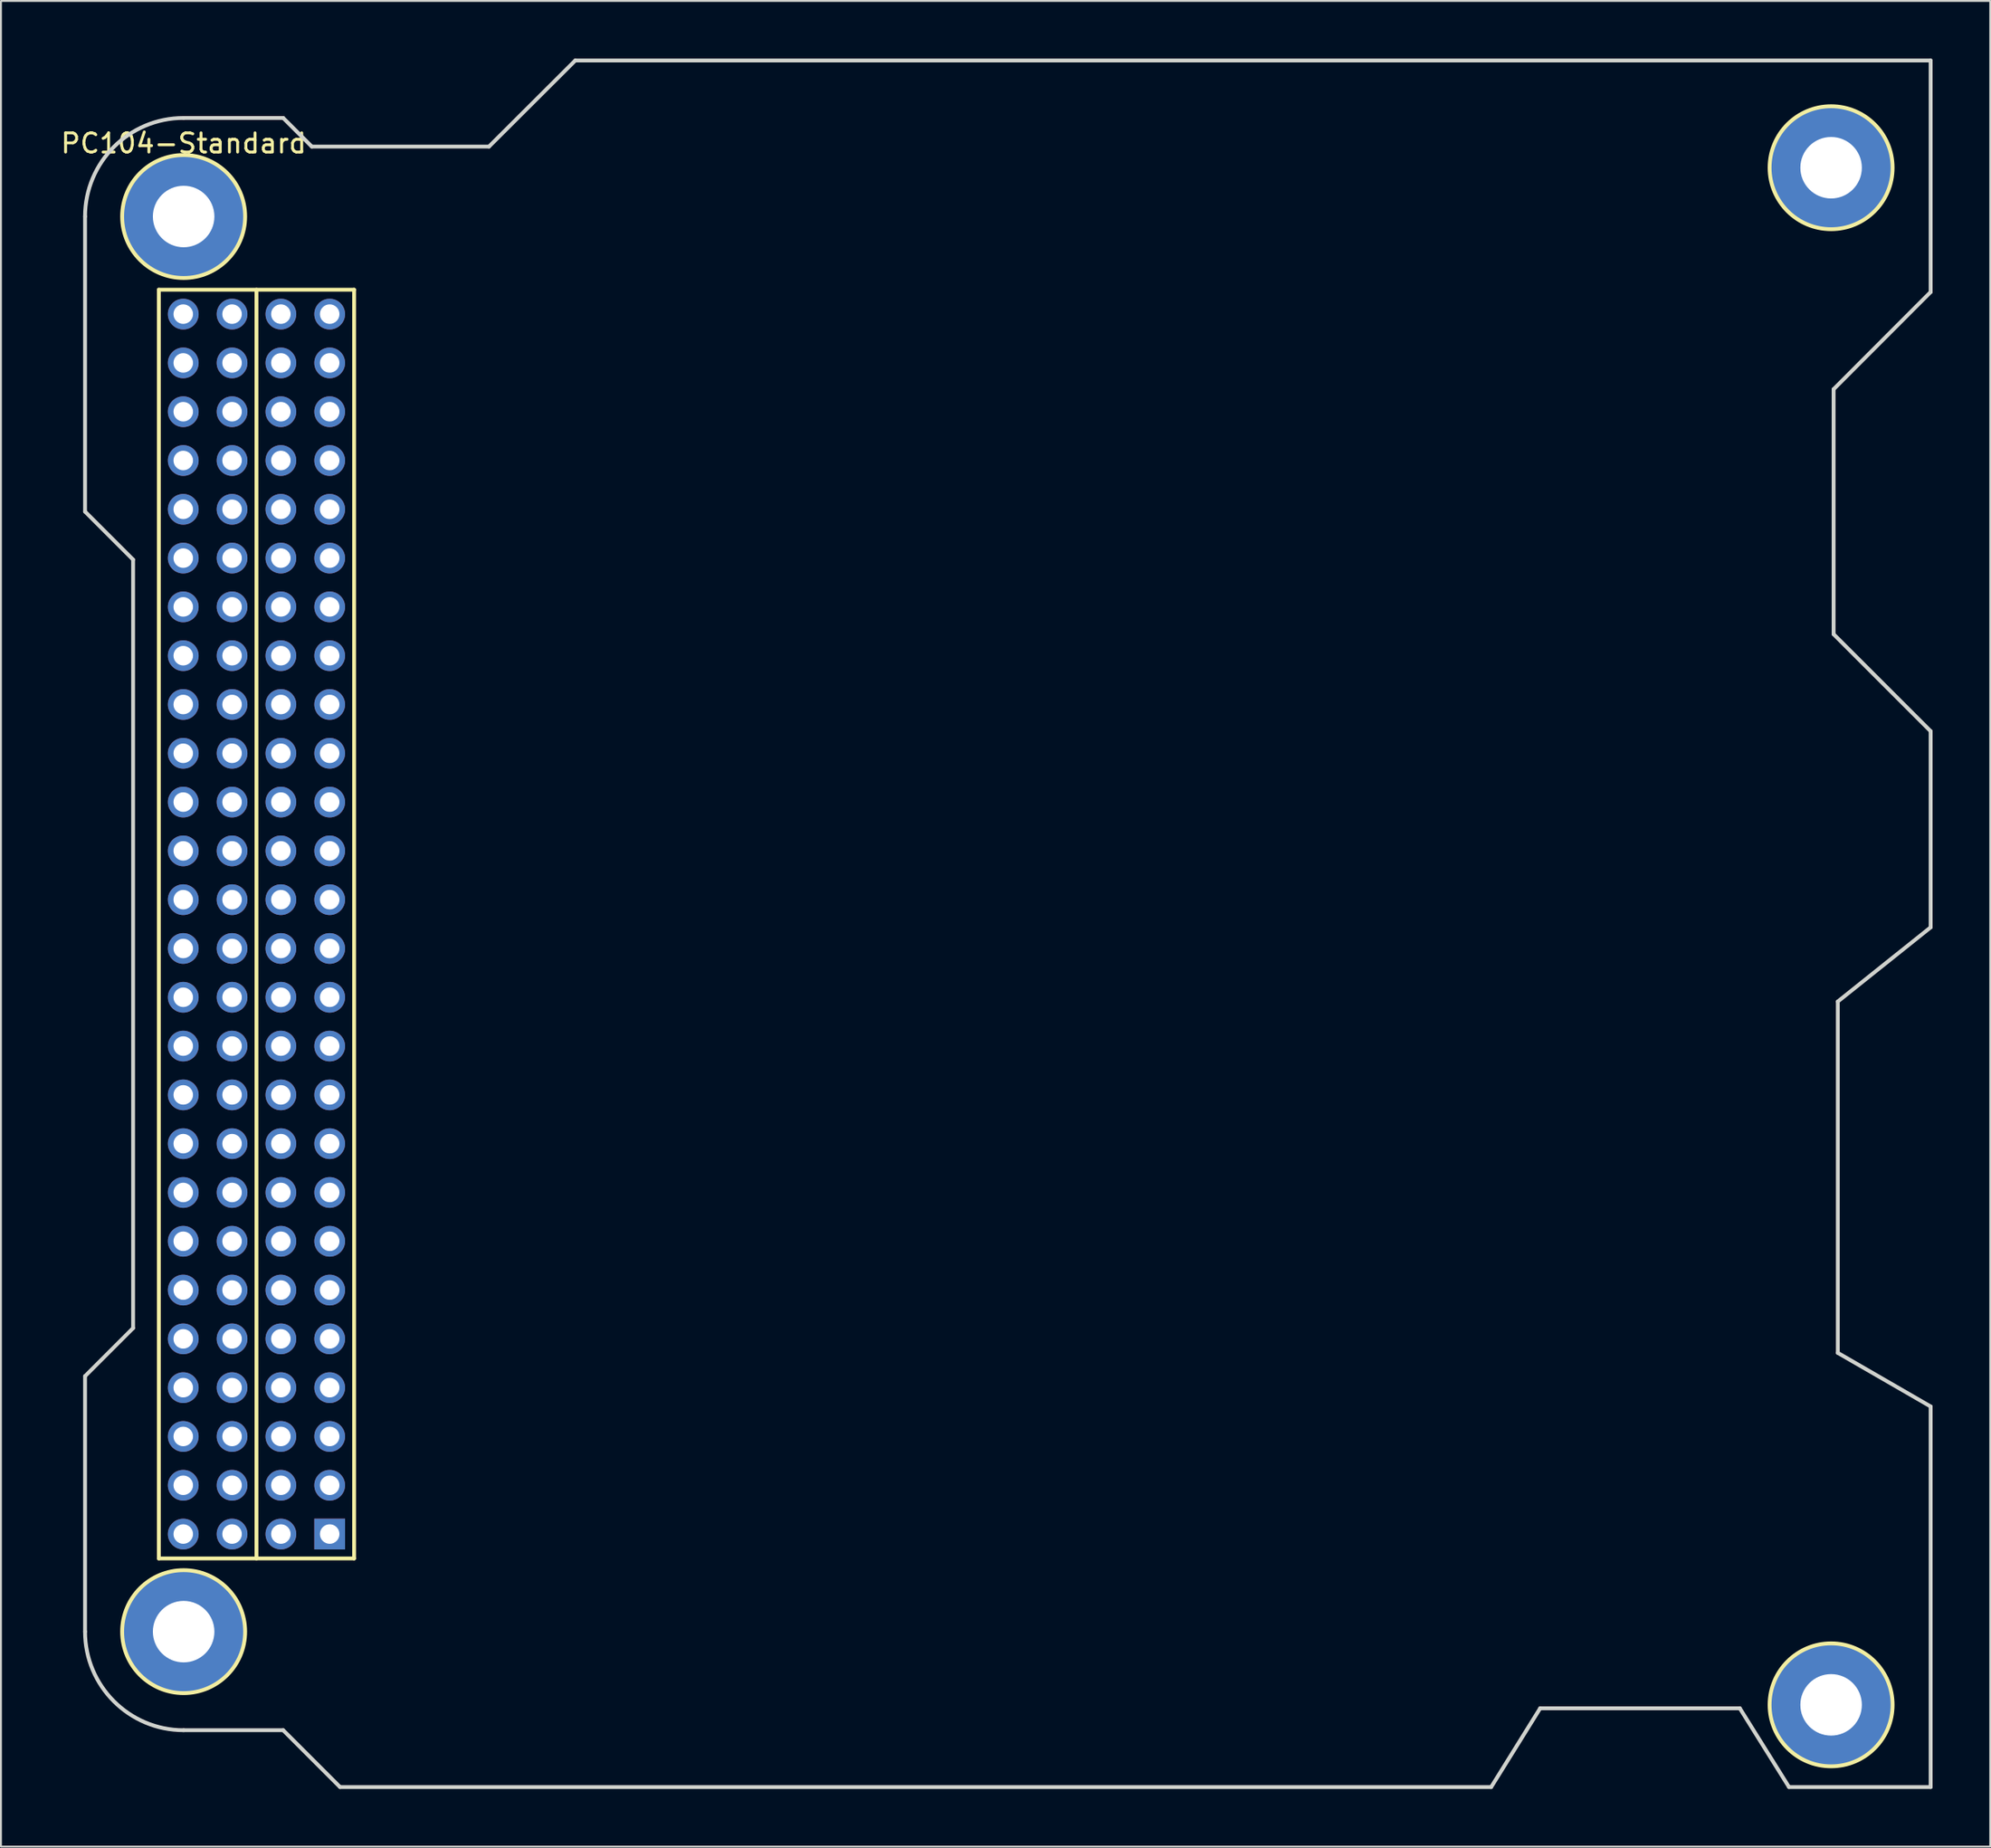
<source format=kicad_pcb>
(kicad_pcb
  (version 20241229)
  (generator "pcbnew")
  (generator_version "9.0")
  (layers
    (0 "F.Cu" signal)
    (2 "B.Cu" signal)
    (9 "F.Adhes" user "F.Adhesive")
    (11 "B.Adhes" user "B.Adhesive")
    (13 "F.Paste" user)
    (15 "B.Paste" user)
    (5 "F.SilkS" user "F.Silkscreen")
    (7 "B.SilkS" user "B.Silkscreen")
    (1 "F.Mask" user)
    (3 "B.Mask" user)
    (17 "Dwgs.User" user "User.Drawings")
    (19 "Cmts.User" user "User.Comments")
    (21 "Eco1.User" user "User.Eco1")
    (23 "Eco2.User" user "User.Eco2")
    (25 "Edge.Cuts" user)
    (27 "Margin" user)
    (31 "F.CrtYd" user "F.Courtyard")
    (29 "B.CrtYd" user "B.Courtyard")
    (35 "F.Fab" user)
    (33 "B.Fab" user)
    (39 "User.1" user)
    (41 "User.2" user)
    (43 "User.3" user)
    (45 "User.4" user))
  (footprint "PC104-Standard"
    (layer "F.Cu")
    (at 6.506 81.88)
    (property "Reference" "PC104-Standard" (at 0 -77.47 0) (layer "F.SilkS") (effects (font (size 1 1) (thickness 0.15))))
    (attr through_hole)
    (fp_line (start -1.29 -69.85) (end 8.87 -69.85) (stroke (width 0.2) (type solid)) (layer "F.SilkS"))
    (fp_line (start -1.29 -3.81) (end -1.29 -69.85) (stroke (width 0.2) (type solid)) (layer "F.SilkS"))
    (fp_line (start 3.79 -69.85) (end 3.79 -3.81) (stroke (width 0.2) (type solid)) (layer "F.SilkS"))
    (fp_line (start 8.87 -69.85) (end 8.87 -3.81) (stroke (width 0.2) (type solid)) (layer "F.SilkS"))
    (fp_line (start 8.87 -3.81) (end -1.29 -3.81) (stroke (width 0.2) (type solid)) (layer "F.SilkS"))
    (fp_circle (center 0 -73.66) (end 3.2 -73.66) (stroke (width 0.2) (type solid)) (fill no) (layer "F.SilkS"))
    (fp_circle (center 0 0) (end 3.2 0) (stroke (width 0.2) (type solid)) (fill no) (layer "F.SilkS"))
    (fp_circle (center 85.73 -76.2) (end 88.93 -76.2) (stroke (width 0.2) (type solid)) (fill no) (layer "F.SilkS"))
    (fp_circle (center 85.73 3.81) (end 88.93 3.81) (stroke (width 0.2) (type solid)) (fill no) (layer "F.SilkS"))
    (fp_line (start -5.13 -58.3) (end -5.13 -73.66) (stroke (width 0.2) (type solid)) (layer "Edge.Cuts"))
    (fp_line (start -5.13 -13.3) (end -5.13 0) (stroke (width 0.2) (type solid)) (layer "Edge.Cuts"))
    (fp_line (start -5.13 -13.3) (end -2.63 -15.8) (stroke (width 0.2) (type solid)) (layer "Edge.Cuts"))
    (fp_line (start -2.63 -55.8) (end -5.13 -58.3) (stroke (width 0.2) (type solid)) (layer "Edge.Cuts"))
    (fp_line (start -2.63 -15.8) (end -2.63 -55.8) (stroke (width 0.2) (type solid)) (layer "Edge.Cuts"))
    (fp_line (start 5.18 -78.79) (end 0 -78.79) (stroke (width 0.2) (type solid)) (layer "Edge.Cuts"))
    (fp_line (start 5.18 -78.79) (end 6.67 -77.3) (stroke (width 0.2) (type solid)) (layer "Edge.Cuts"))
    (fp_line (start 5.18 5.13) (end 0 5.13) (stroke (width 0.2) (type solid)) (layer "Edge.Cuts"))
    (fp_line (start 6.67 -77.3) (end 15.89 -77.3) (stroke (width 0.2) (type solid)) (layer "Edge.Cuts"))
    (fp_line (start 8.14 8.09) (end 5.18 5.13) (stroke (width 0.2) (type solid)) (layer "Edge.Cuts"))
    (fp_line (start 15.89 -77.3) (end 20.38 -81.78) (stroke (width 0.2) (type solid)) (layer "Edge.Cuts"))
    (fp_line (start 20.38 -81.78) (end 90.91 -81.78) (stroke (width 0.2) (type solid)) (layer "Edge.Cuts"))
    (fp_line (start 68.04 8.09) (end 8.14 8.09) (stroke (width 0.2) (type solid)) (layer "Edge.Cuts"))
    (fp_line (start 70.59 3.99) (end 68.04 8.09) (stroke (width 0.2) (type solid)) (layer "Edge.Cuts"))
    (fp_line (start 80.98 3.99) (end 70.59 3.99) (stroke (width 0.2) (type solid)) (layer "Edge.Cuts"))
    (fp_line (start 83.54 8.09) (end 80.98 3.99) (stroke (width 0.2) (type solid)) (layer "Edge.Cuts"))
    (fp_line (start 85.86 -64.67) (end 85.86 -51.92) (stroke (width 0.2) (type solid)) (layer "Edge.Cuts"))
    (fp_line (start 85.86 -51.92) (end 90.91 -46.87) (stroke (width 0.2) (type solid)) (layer "Edge.Cuts"))
    (fp_line (start 86.08 -32.8) (end 86.08 -14.51) (stroke (width 0.2) (type solid)) (layer "Edge.Cuts"))
    (fp_line (start 86.08 -14.51) (end 90.91 -11.72) (stroke (width 0.2) (type solid)) (layer "Edge.Cuts"))
    (fp_line (start 90.91 -81.78) (end 90.91 -69.73) (stroke (width 0.2) (type solid)) (layer "Edge.Cuts"))
    (fp_line (start 90.91 -69.73) (end 85.86 -64.67) (stroke (width 0.2) (type solid)) (layer "Edge.Cuts"))
    (fp_line (start 90.91 -46.87) (end 90.91 -36.66) (stroke (width 0.2) (type solid)) (layer "Edge.Cuts"))
    (fp_line (start 90.91 -36.66) (end 86.08 -32.8) (stroke (width 0.2) (type solid)) (layer "Edge.Cuts"))
    (fp_line (start 90.91 -11.72) (end 90.91 8.09) (stroke (width 0.2) (type solid)) (layer "Edge.Cuts"))
    (fp_line (start 90.91 8.09) (end 83.54 8.09) (stroke (width 0.2) (type solid)) (layer "Edge.Cuts"))
    (fp_arc (start -5.13 -73.66) (mid -3.627458 -77.287458) (end 0 -78.79) (stroke (width 0.2) (type solid)) (layer "Edge.Cuts"))
    (fp_arc (start 0 5.13) (mid -3.627458 3.627458) (end -5.13 0) (stroke (width 0.2) (type solid)) (layer "Edge.Cuts"))
    (pad "" thru_hole circle (at 0 -73.66) (size 6.35 6.35) (drill 3.2) (layers "*.Cu" "*.Mask"))
    (pad "" thru_hole circle (at 0 0) (size 6.35 6.35) (drill 3.2) (layers "*.Cu" "*.Mask"))
    (pad "" thru_hole circle (at 85.73 -76.2) (size 6.35 6.35) (drill 3.2) (layers "*.Cu" "*.Mask"))
    (pad "" thru_hole circle (at 85.73 3.81) (size 6.35 6.35) (drill 3.2) (layers "*.Cu" "*.Mask"))
    (pad "1" thru_hole rect (at 7.6 -5.08) (size 1.6 1.6) (drill 1.016) (layers "*.Cu" "*.Mask"))
    (pad "2" thru_hole circle (at 5.06 -5.08) (size 1.6 1.6) (drill 1.016) (layers "*.Cu" "*.Mask"))
    (pad "3" thru_hole circle (at 7.6 -7.62) (size 1.6 1.6) (drill 1.016) (layers "*.Cu" "*.Mask"))
    (pad "4" thru_hole circle (at 5.06 -7.62) (size 1.6 1.6) (drill 1.016) (layers "*.Cu" "*.Mask"))
    (pad "5" thru_hole circle (at 7.6 -10.16) (size 1.6 1.6) (drill 1.016) (layers "*.Cu" "*.Mask"))
    (pad "6" thru_hole circle (at 5.06 -10.16) (size 1.6 1.6) (drill 1.016) (layers "*.Cu" "*.Mask"))
    (pad "7" thru_hole circle (at 7.6 -12.7) (size 1.6 1.6) (drill 1.016) (layers "*.Cu" "*.Mask"))
    (pad "8" thru_hole circle (at 5.06 -12.7) (size 1.6 1.6) (drill 1.016) (layers "*.Cu" "*.Mask"))
    (pad "9" thru_hole circle (at 7.6 -15.24) (size 1.6 1.6) (drill 1.016) (layers "*.Cu" "*.Mask"))
    (pad "10" thru_hole circle (at 5.06 -15.24) (size 1.6 1.6) (drill 1.016) (layers "*.Cu" "*.Mask"))
    (pad "11" thru_hole circle (at 7.6 -17.78) (size 1.6 1.6) (drill 1.016) (layers "*.Cu" "*.Mask"))
    (pad "12" thru_hole circle (at 5.06 -17.78) (size 1.6 1.6) (drill 1.016) (layers "*.Cu" "*.Mask"))
    (pad "13" thru_hole circle (at 7.6 -20.32) (size 1.6 1.6) (drill 1.016) (layers "*.Cu" "*.Mask"))
    (pad "14" thru_hole circle (at 5.06 -20.32) (size 1.6 1.6) (drill 1.016) (layers "*.Cu" "*.Mask"))
    (pad "15" thru_hole circle (at 7.6 -22.86) (size 1.6 1.6) (drill 1.016) (layers "*.Cu" "*.Mask"))
    (pad "16" thru_hole circle (at 5.06 -22.86) (size 1.6 1.6) (drill 1.016) (layers "*.Cu" "*.Mask"))
    (pad "17" thru_hole circle (at 7.6 -25.4) (size 1.6 1.6) (drill 1.016) (layers "*.Cu" "*.Mask"))
    (pad "18" thru_hole circle (at 5.06 -25.4) (size 1.6 1.6) (drill 1.016) (layers "*.Cu" "*.Mask"))
    (pad "19" thru_hole circle (at 7.6 -27.94) (size 1.6 1.6) (drill 1.016) (layers "*.Cu" "*.Mask"))
    (pad "20" thru_hole circle (at 5.06 -27.94) (size 1.6 1.6) (drill 1.016) (layers "*.Cu" "*.Mask"))
    (pad "21" thru_hole circle (at 7.6 -30.48) (size 1.6 1.6) (drill 1.016) (layers "*.Cu" "*.Mask"))
    (pad "22" thru_hole circle (at 5.06 -30.48) (size 1.6 1.6) (drill 1.016) (layers "*.Cu" "*.Mask"))
    (pad "23" thru_hole circle (at 7.6 -33.02) (size 1.6 1.6) (drill 1.016) (layers "*.Cu" "*.Mask"))
    (pad "24" thru_hole circle (at 5.06 -33.02) (size 1.6 1.6) (drill 1.016) (layers "*.Cu" "*.Mask"))
    (pad "25" thru_hole circle (at 7.6 -35.56) (size 1.6 1.6) (drill 1.016) (layers "*.Cu" "*.Mask"))
    (pad "26" thru_hole circle (at 5.06 -35.56) (size 1.6 1.6) (drill 1.016) (layers "*.Cu" "*.Mask"))
    (pad "27" thru_hole circle (at 7.6 -38.1) (size 1.6 1.6) (drill 1.016) (layers "*.Cu" "*.Mask"))
    (pad "28" thru_hole circle (at 5.06 -38.1) (size 1.6 1.6) (drill 1.016) (layers "*.Cu" "*.Mask"))
    (pad "29" thru_hole circle (at 7.6 -40.64) (size 1.6 1.6) (drill 1.016) (layers "*.Cu" "*.Mask"))
    (pad "30" thru_hole circle (at 5.06 -40.64) (size 1.6 1.6) (drill 1.016) (layers "*.Cu" "*.Mask"))
    (pad "31" thru_hole circle (at 7.6 -43.18) (size 1.6 1.6) (drill 1.016) (layers "*.Cu" "*.Mask"))
    (pad "32" thru_hole circle (at 5.06 -43.18) (size 1.6 1.6) (drill 1.016) (layers "*.Cu" "*.Mask"))
    (pad "33" thru_hole circle (at 7.6 -45.72) (size 1.6 1.6) (drill 1.016) (layers "*.Cu" "*.Mask"))
    (pad "34" thru_hole circle (at 5.06 -45.72) (size 1.6 1.6) (drill 1.016) (layers "*.Cu" "*.Mask"))
    (pad "35" thru_hole circle (at 7.6 -48.26) (size 1.6 1.6) (drill 1.016) (layers "*.Cu" "*.Mask"))
    (pad "36" thru_hole circle (at 5.06 -48.26) (size 1.6 1.6) (drill 1.016) (layers "*.Cu" "*.Mask"))
    (pad "37" thru_hole circle (at 7.6 -50.8) (size 1.6 1.6) (drill 1.016) (layers "*.Cu" "*.Mask"))
    (pad "38" thru_hole circle (at 5.06 -50.8) (size 1.6 1.6) (drill 1.016) (layers "*.Cu" "*.Mask"))
    (pad "39" thru_hole circle (at 7.6 -53.34) (size 1.6 1.6) (drill 1.016) (layers "*.Cu" "*.Mask"))
    (pad "40" thru_hole circle (at 5.06 -53.34) (size 1.6 1.6) (drill 1.016) (layers "*.Cu" "*.Mask"))
    (pad "41" thru_hole circle (at 7.6 -55.88) (size 1.6 1.6) (drill 1.016) (layers "*.Cu" "*.Mask"))
    (pad "42" thru_hole circle (at 5.06 -55.88) (size 1.6 1.6) (drill 1.016) (layers "*.Cu" "*.Mask"))
    (pad "43" thru_hole circle (at 7.6 -58.42) (size 1.6 1.6) (drill 1.016) (layers "*.Cu" "*.Mask"))
    (pad "44" thru_hole circle (at 5.06 -58.42) (size 1.6 1.6) (drill 1.016) (layers "*.Cu" "*.Mask"))
    (pad "45" thru_hole circle (at 7.6 -60.96) (size 1.6 1.6) (drill 1.016) (layers "*.Cu" "*.Mask"))
    (pad "46" thru_hole circle (at 5.06 -60.96) (size 1.6 1.6) (drill 1.016) (layers "*.Cu" "*.Mask"))
    (pad "47" thru_hole circle (at 7.6 -63.5) (size 1.6 1.6) (drill 1.016) (layers "*.Cu" "*.Mask"))
    (pad "48" thru_hole circle (at 5.06 -63.5) (size 1.6 1.6) (drill 1.016) (layers "*.Cu" "*.Mask"))
    (pad "49" thru_hole circle (at 7.6 -66.04) (size 1.6 1.6) (drill 1.016) (layers "*.Cu" "*.Mask"))
    (pad "50" thru_hole circle (at 5.06 -66.04) (size 1.6 1.6) (drill 1.016) (layers "*.Cu" "*.Mask"))
    (pad "51" thru_hole circle (at 7.6 -68.58) (size 1.6 1.6) (drill 1.016) (layers "*.Cu" "*.Mask"))
    (pad "52" thru_hole circle (at 5.06 -68.58) (size 1.6 1.6) (drill 1.016) (layers "*.Cu" "*.Mask"))
    (pad "53" thru_hole circle (at 2.52 -5.08) (size 1.6 1.6) (drill 1.016) (layers "*.Cu" "*.Mask"))
    (pad "54" thru_hole circle (at -0.02 -5.08) (size 1.6 1.6) (drill 1.016) (layers "*.Cu" "*.Mask"))
    (pad "55" thru_hole circle (at 2.52 -7.62) (size 1.6 1.6) (drill 1.016) (layers "*.Cu" "*.Mask"))
    (pad "56" thru_hole circle (at -0.02 -7.62) (size 1.6 1.6) (drill 1.016) (layers "*.Cu" "*.Mask"))
    (pad "57" thru_hole circle (at 2.52 -10.16 90) (size 1.6 1.6) (drill 1.016) (layers "*.Cu" "*.Mask"))
    (pad "58" thru_hole circle (at -0.02 -10.16) (size 1.6 1.6) (drill 1.016) (layers "*.Cu" "*.Mask"))
    (pad "59" thru_hole circle (at 2.52 -12.7) (size 1.6 1.6) (drill 1.016) (layers "*.Cu" "*.Mask"))
    (pad "60" thru_hole circle (at -0.02 -12.7) (size 1.6 1.6) (drill 1.016) (layers "*.Cu" "*.Mask"))
    (pad "61" thru_hole circle (at 2.52 -15.24) (size 1.6 1.6) (drill 1.016) (layers "*.Cu" "*.Mask"))
    (pad "62" thru_hole circle (at -0.02 -15.24) (size 1.6 1.6) (drill 1.016) (layers "*.Cu" "*.Mask"))
    (pad "63" thru_hole circle (at 2.52 -17.78) (size 1.6 1.6) (drill 1.016) (layers "*.Cu" "*.Mask"))
    (pad "64" thru_hole circle (at -0.02 -17.78) (size 1.6 1.6) (drill 1.016) (layers "*.Cu" "*.Mask"))
    (pad "65" thru_hole circle (at 2.52 -20.32) (size 1.6 1.6) (drill 1.016) (layers "*.Cu" "*.Mask"))
    (pad "66" thru_hole circle (at -0.02 -20.32) (size 1.6 1.6) (drill 1.016) (layers "*.Cu" "*.Mask"))
    (pad "67" thru_hole circle (at 2.52 -22.86) (size 1.6 1.6) (drill 1.016) (layers "*.Cu" "*.Mask"))
    (pad "68" thru_hole circle (at -0.02 -22.86) (size 1.6 1.6) (drill 1.016) (layers "*.Cu" "*.Mask"))
    (pad "69" thru_hole circle (at 2.52 -25.4) (size 1.6 1.6) (drill 1.016) (layers "*.Cu" "*.Mask"))
    (pad "70" thru_hole circle (at -0.02 -25.4) (size 1.6 1.6) (drill 1.016) (layers "*.Cu" "*.Mask"))
    (pad "71" thru_hole circle (at 2.52 -27.94) (size 1.6 1.6) (drill 1.016) (layers "*.Cu" "*.Mask"))
    (pad "72" thru_hole circle (at -0.02 -27.94) (size 1.6 1.6) (drill 1.016) (layers "*.Cu" "*.Mask"))
    (pad "73" thru_hole circle (at 2.52 -30.48) (size 1.6 1.6) (drill 1.016) (layers "*.Cu" "*.Mask"))
    (pad "74" thru_hole circle (at -0.02 -30.48) (size 1.6 1.6) (drill 1.016) (layers "*.Cu" "*.Mask"))
    (pad "75" thru_hole circle (at 2.52 -33.02) (size 1.6 1.6) (drill 1.016) (layers "*.Cu" "*.Mask"))
    (pad "76" thru_hole circle (at -0.02 -33.02) (size 1.6 1.6) (drill 1.016) (layers "*.Cu" "*.Mask"))
    (pad "77" thru_hole circle (at 2.52 -35.56) (size 1.6 1.6) (drill 1.016) (layers "*.Cu" "*.Mask"))
    (pad "78" thru_hole circle (at -0.02 -35.56) (size 1.6 1.6) (drill 1.016) (layers "*.Cu" "*.Mask"))
    (pad "79" thru_hole circle (at 2.52 -38.1) (size 1.6 1.6) (drill 1.016) (layers "*.Cu" "*.Mask"))
    (pad "80" thru_hole circle (at -0.02 -38.1) (size 1.6 1.6) (drill 1.016) (layers "*.Cu" "*.Mask"))
    (pad "81" thru_hole circle (at 2.52 -40.64) (size 1.6 1.6) (drill 1.016) (layers "*.Cu" "*.Mask"))
    (pad "82" thru_hole circle (at -0.02 -40.64) (size 1.6 1.6) (drill 1.016) (layers "*.Cu" "*.Mask"))
    (pad "83" thru_hole circle (at 2.52 -43.18) (size 1.6 1.6) (drill 1.016) (layers "*.Cu" "*.Mask"))
    (pad "84" thru_hole circle (at -0.02 -43.18) (size 1.6 1.6) (drill 1.016) (layers "*.Cu" "*.Mask"))
    (pad "85" thru_hole circle (at 2.52 -45.72) (size 1.6 1.6) (drill 1.016) (layers "*.Cu" "*.Mask"))
    (pad "86" thru_hole circle (at -0.02 -45.72) (size 1.6 1.6) (drill 1.016) (layers "*.Cu" "*.Mask"))
    (pad "87" thru_hole circle (at 2.52 -48.26) (size 1.6 1.6) (drill 1.016) (layers "*.Cu" "*.Mask"))
    (pad "88" thru_hole circle (at -0.02 -48.26) (size 1.6 1.6) (drill 1.016) (layers "*.Cu" "*.Mask"))
    (pad "89" thru_hole circle (at 2.52 -50.8) (size 1.6 1.6) (drill 1.016) (layers "*.Cu" "*.Mask"))
    (pad "90" thru_hole circle (at -0.02 -50.8) (size 1.6 1.6) (drill 1.016) (layers "*.Cu" "*.Mask"))
    (pad "91" thru_hole circle (at 2.52 -53.34) (size 1.6 1.6) (drill 1.016) (layers "*.Cu" "*.Mask"))
    (pad "92" thru_hole circle (at -0.02 -53.34) (size 1.6 1.6) (drill 1.016) (layers "*.Cu" "*.Mask"))
    (pad "93" thru_hole circle (at 2.52 -55.88) (size 1.6 1.6) (drill 1.016) (layers "*.Cu" "*.Mask"))
    (pad "94" thru_hole circle (at -0.02 -55.88) (size 1.6 1.6) (drill 1.016) (layers "*.Cu" "*.Mask"))
    (pad "95" thru_hole circle (at 2.52 -58.42) (size 1.6 1.6) (drill 1.016) (layers "*.Cu" "*.Mask"))
    (pad "96" thru_hole circle (at -0.02 -58.42) (size 1.6 1.6) (drill 1.016) (layers "*.Cu" "*.Mask"))
    (pad "97" thru_hole circle (at 2.52 -60.96) (size 1.6 1.6) (drill 1.016) (layers "*.Cu" "*.Mask"))
    (pad "98" thru_hole circle (at -0.02 -60.96) (size 1.6 1.6) (drill 1.016) (layers "*.Cu" "*.Mask"))
    (pad "99" thru_hole circle (at 2.52 -63.5) (size 1.6 1.6) (drill 1.016) (layers "*.Cu" "*.Mask"))
    (pad "100" thru_hole circle (at -0.02 -63.5) (size 1.6 1.6) (drill 1.016) (layers "*.Cu" "*.Mask"))
    (pad "101" thru_hole circle (at 2.52 -66.04) (size 1.6 1.6) (drill 1.016) (layers "*.Cu" "*.Mask"))
    (pad "102" thru_hole circle (at -0.02 -66.04) (size 1.6 1.6) (drill 1.016) (layers "*.Cu" "*.Mask"))
    (pad "103" thru_hole circle (at 2.52 -68.58) (size 1.6 1.6) (drill 1.016) (layers "*.Cu" "*.Mask"))
    (pad "104" thru_hole circle (at -0.02 -68.58) (size 1.6 1.6) (drill 1.016) (layers "*.Cu" "*.Mask")))
  (gr_rect
    (start -3 -3)
    (end 100.516 93.07)
    (stroke (width 0.1) (type default))
    (fill no)
    (layer "Edge.Cuts")))
</source>
